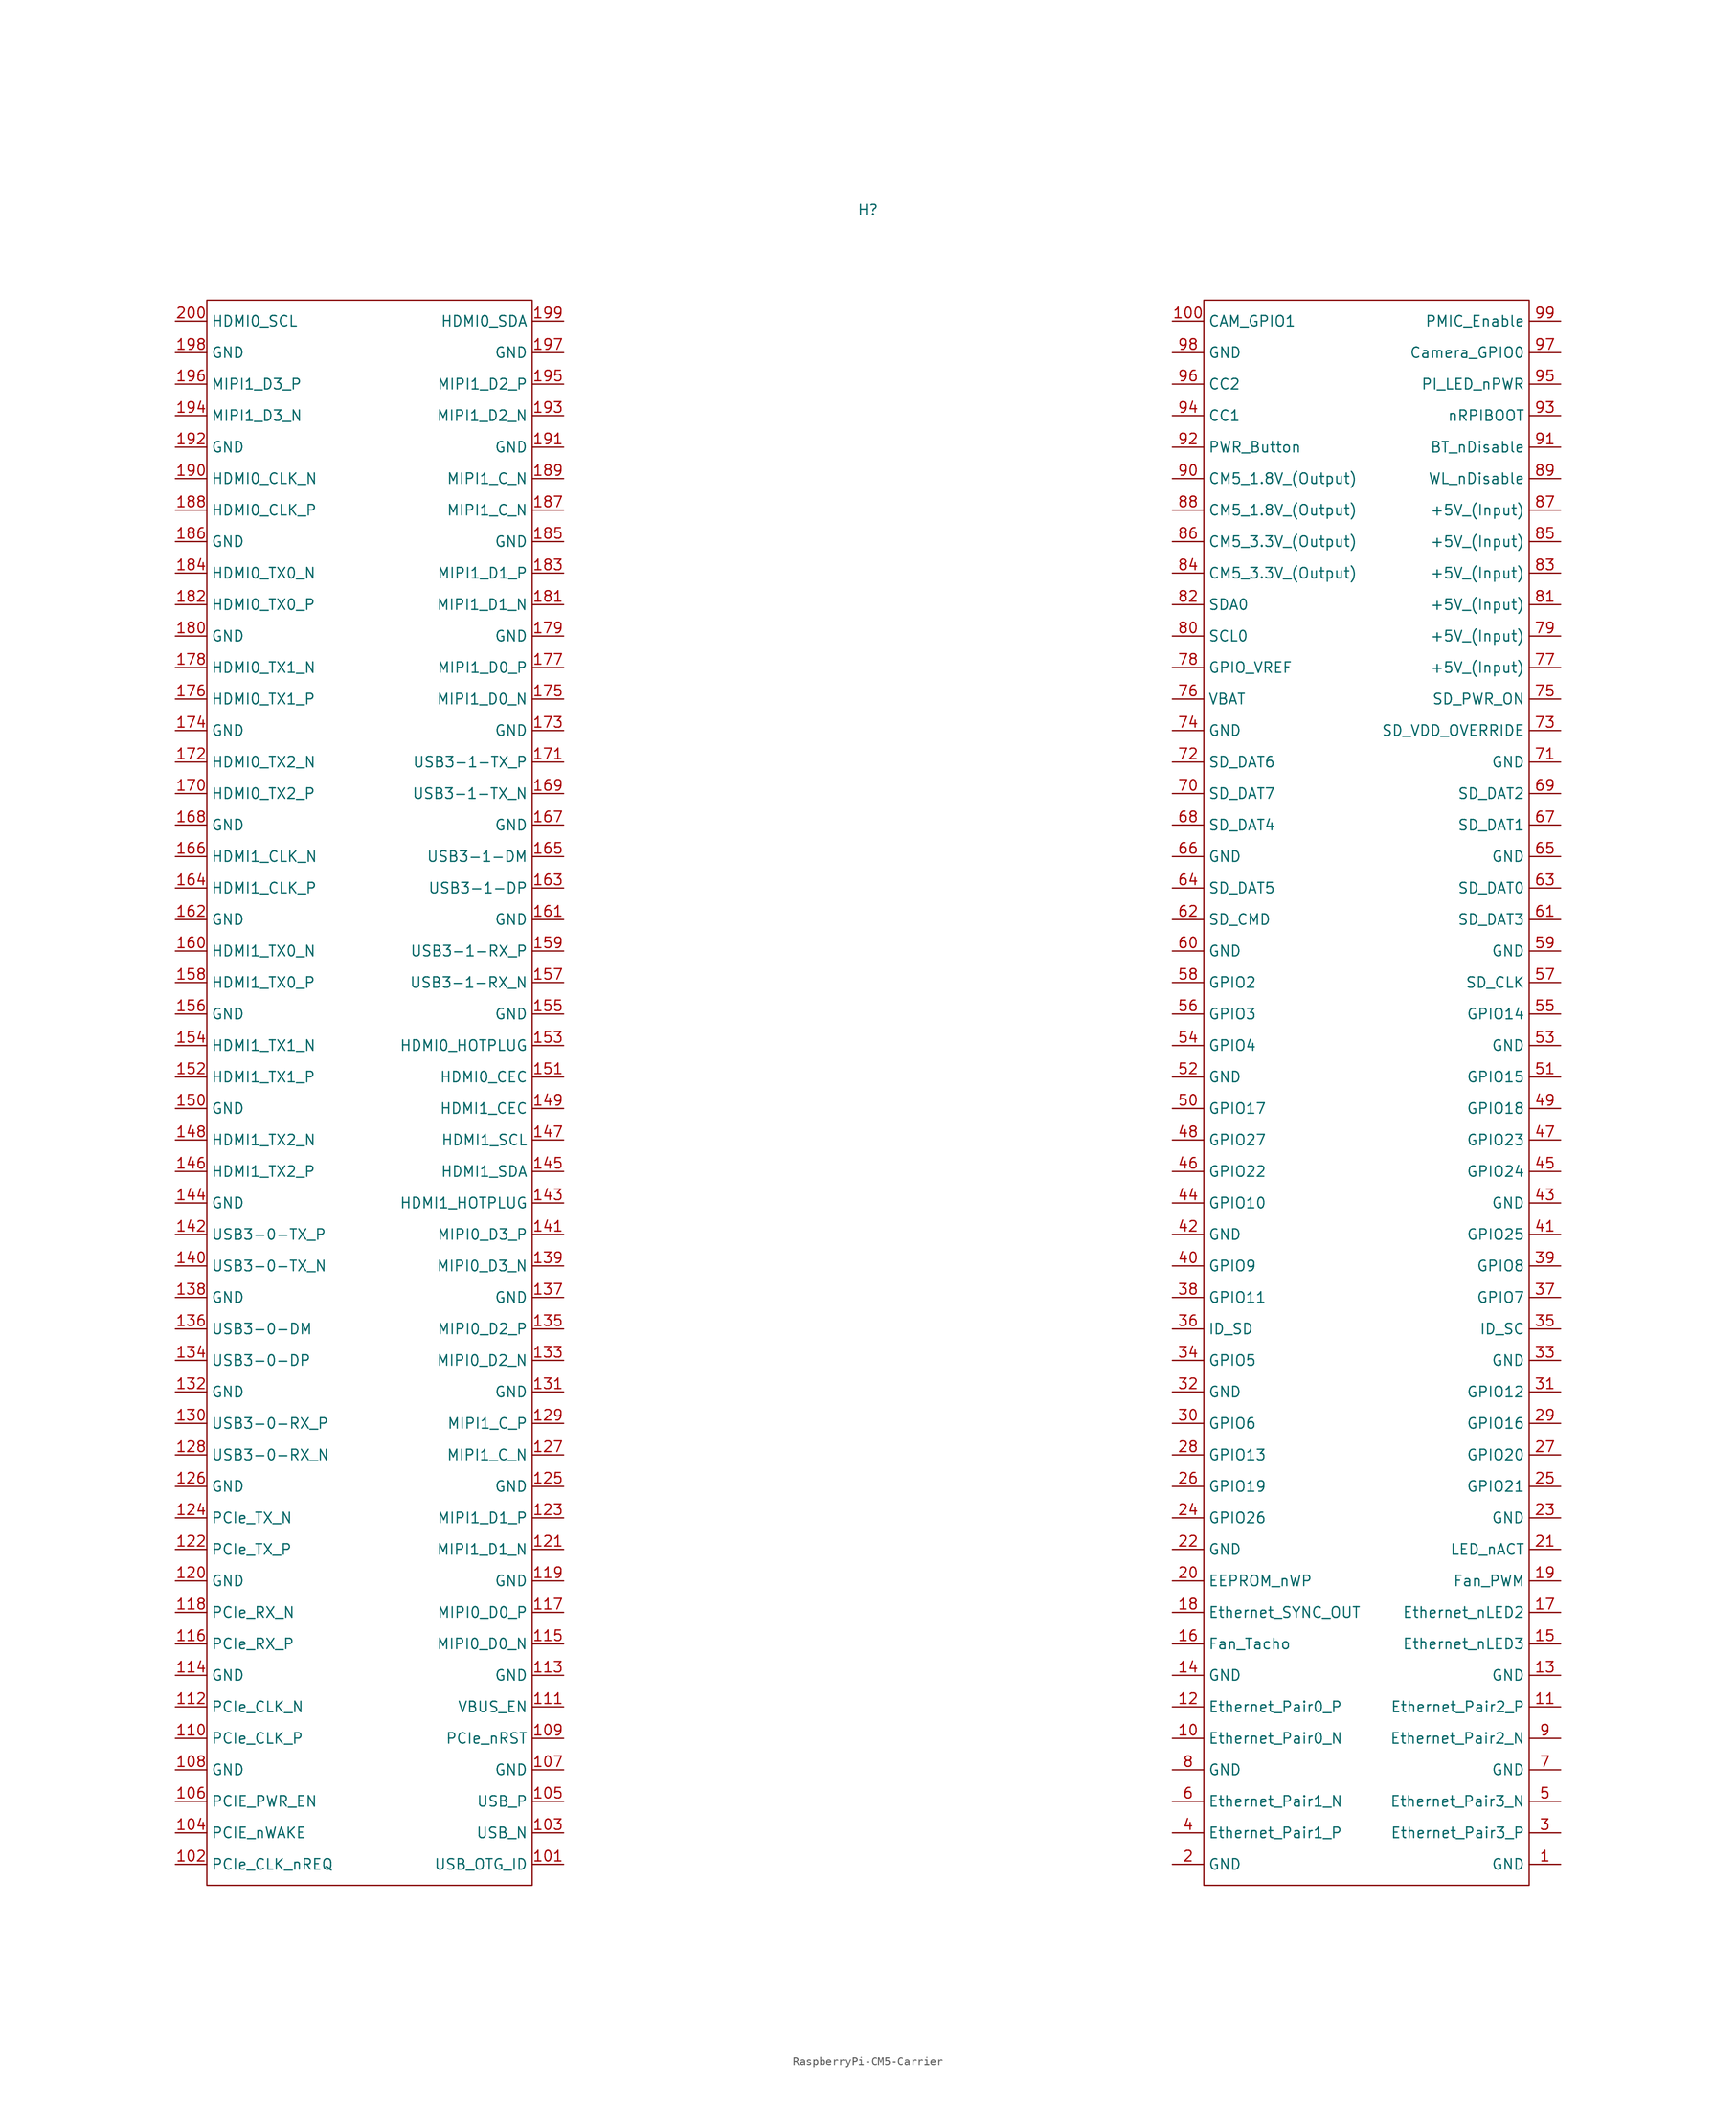
<source format=kicad_sym>
(kicad_symbol_lib
  (version 20241209)
  (generator "kicad_symbol_editor")
  (generator_version "9.0")
  (symbol "RaspberryPi-CM5-Carrier"
    (property "Reference" "H"
      (at 0 106.172 0)
      (effects (font (size 1.27 1.27))))
    (property "Value" ""
      (at 0 0 0)
      (effects (font (size 1.27 1.27))))
    (symbol "RaspberryPi-CM5-Carrier_0_1"
      (rectangle (start -80.01 95.25) (end -40.64 -96.52) (stroke (width 0) (type default)) (fill (type none)))
      (rectangle (start 40.64 95.25) (end 80.01 -96.52) (stroke (width 0) (type default)) (fill (type none))))
    (symbol "RaspberryPi-CM5-Carrier_1_1"
      (pin bidirectional line (at -83.82 92.71 0) (length 3.81) (name "HDMI0_SCL" (effects (font (size 1.27 1.27)))) (number "200" (effects (font (size 1.27 1.27)))))
      (pin power_out line (at -83.82 88.9 0) (length 3.81) (name "GND" (effects (font (size 1.27 1.27)))) (number "198" (effects (font (size 1.27 1.27)))))
      (pin bidirectional line (at -83.82 85.09 0) (length 3.81) (name "MIPI1_D3_P" (effects (font (size 1.27 1.27)))) (number "196" (effects (font (size 1.27 1.27)))))
      (pin bidirectional line (at -83.82 81.28 0) (length 3.81) (name "MIPI1_D3_N" (effects (font (size 1.27 1.27)))) (number "194" (effects (font (size 1.27 1.27)))))
      (pin power_out line (at -83.82 77.47 0) (length 3.81) (name "GND" (effects (font (size 1.27 1.27)))) (number "192" (effects (font (size 1.27 1.27)))))
      (pin input line (at -83.82 73.66 0) (length 3.81) (name "HDMI0_CLK_N" (effects (font (size 1.27 1.27)))) (number "190" (effects (font (size 1.27 1.27)))))
      (pin input line (at -83.82 69.85 0) (length 3.81) (name "HDMI0_CLK_P" (effects (font (size 1.27 1.27)))) (number "188" (effects (font (size 1.27 1.27)))))
      (pin power_out line (at -83.82 66.04 0) (length 3.81) (name "GND" (effects (font (size 1.27 1.27)))) (number "186" (effects (font (size 1.27 1.27)))))
      (pin input line (at -83.82 62.23 0) (length 3.81) (name "HDMI0_TX0_N" (effects (font (size 1.27 1.27)))) (number "184" (effects (font (size 1.27 1.27)))))
      (pin input line (at -83.82 58.42 0) (length 3.81) (name "HDMI0_TX0_P" (effects (font (size 1.27 1.27)))) (number "182" (effects (font (size 1.27 1.27)))))
      (pin power_out line (at -83.82 54.61 0) (length 3.81) (name "GND" (effects (font (size 1.27 1.27)))) (number "180" (effects (font (size 1.27 1.27)))))
      (pin input line (at -83.82 50.8 0) (length 3.81) (name "HDMI0_TX1_N" (effects (font (size 1.27 1.27)))) (number "178" (effects (font (size 1.27 1.27)))))
      (pin input line (at -83.82 46.99 0) (length 3.81) (name "HDMI0_TX1_P" (effects (font (size 1.27 1.27)))) (number "176" (effects (font (size 1.27 1.27)))))
      (pin power_out line (at -83.82 43.18 0) (length 3.81) (name "GND" (effects (font (size 1.27 1.27)))) (number "174" (effects (font (size 1.27 1.27)))))
      (pin input line (at -83.82 39.37 0) (length 3.81) (name "HDMI0_TX2_N" (effects (font (size 1.27 1.27)))) (number "172" (effects (font (size 1.27 1.27)))))
      (pin input line (at -83.82 35.56 0) (length 3.81) (name "HDMI0_TX2_P" (effects (font (size 1.27 1.27)))) (number "170" (effects (font (size 1.27 1.27)))))
      (pin power_out line (at -83.82 31.75 0) (length 3.81) (name "GND" (effects (font (size 1.27 1.27)))) (number "168" (effects (font (size 1.27 1.27)))))
      (pin input line (at -83.82 27.94 0) (length 3.81) (name "HDMI1_CLK_N" (effects (font (size 1.27 1.27)))) (number "166" (effects (font (size 1.27 1.27)))))
      (pin input line (at -83.82 24.13 0) (length 3.81) (name "HDMI1_CLK_P" (effects (font (size 1.27 1.27)))) (number "164" (effects (font (size 1.27 1.27)))))
      (pin power_out line (at -83.82 20.32 0) (length 3.81) (name "GND" (effects (font (size 1.27 1.27)))) (number "162" (effects (font (size 1.27 1.27)))))
      (pin input line (at -83.82 16.51 0) (length 3.81) (name "HDMI1_TX0_N" (effects (font (size 1.27 1.27)))) (number "160" (effects (font (size 1.27 1.27)))))
      (pin input line (at -83.82 12.7 0) (length 3.81) (name "HDMI1_TX0_P" (effects (font (size 1.27 1.27)))) (number "158" (effects (font (size 1.27 1.27)))))
      (pin power_out line (at -83.82 8.89 0) (length 3.81) (name "GND" (effects (font (size 1.27 1.27)))) (number "156" (effects (font (size 1.27 1.27)))))
      (pin input line (at -83.82 5.08 0) (length 3.81) (name "HDMI1_TX1_N" (effects (font (size 1.27 1.27)))) (number "154" (effects (font (size 1.27 1.27)))))
      (pin input line (at -83.82 1.27 0) (length 3.81) (name "HDMI1_TX1_P" (effects (font (size 1.27 1.27)))) (number "152" (effects (font (size 1.27 1.27)))))
      (pin power_out line (at -83.82 -2.54 0) (length 3.81) (name "GND" (effects (font (size 1.27 1.27)))) (number "150" (effects (font (size 1.27 1.27)))))
      (pin input line (at -83.82 -6.35 0) (length 3.81) (name "HDMI1_TX2_N" (effects (font (size 1.27 1.27)))) (number "148" (effects (font (size 1.27 1.27)))))
      (pin input line (at -83.82 -10.16 0) (length 3.81) (name "HDMI1_TX2_P" (effects (font (size 1.27 1.27)))) (number "146" (effects (font (size 1.27 1.27)))))
      (pin power_out line (at -83.82 -13.97 0) (length 3.81) (name "GND" (effects (font (size 1.27 1.27)))) (number "144" (effects (font (size 1.27 1.27)))))
      (pin input line (at -83.82 -17.78 0) (length 3.81) (name "USB3-0-TX_P" (effects (font (size 1.27 1.27)))) (number "142" (effects (font (size 1.27 1.27)))))
      (pin input line (at -83.82 -21.59 0) (length 3.81) (name "USB3-0-TX_N" (effects (font (size 1.27 1.27)))) (number "140" (effects (font (size 1.27 1.27)))))
      (pin power_out line (at -83.82 -25.4 0) (length 3.81) (name "GND" (effects (font (size 1.27 1.27)))) (number "138" (effects (font (size 1.27 1.27)))))
      (pin bidirectional line (at -83.82 -29.21 0) (length 3.81) (name "USB3-0-DM" (effects (font (size 1.27 1.27)))) (number "136" (effects (font (size 1.27 1.27)))))
      (pin bidirectional line (at -83.82 -33.02 0) (length 3.81) (name "USB3-0-DP" (effects (font (size 1.27 1.27)))) (number "134" (effects (font (size 1.27 1.27)))))
      (pin power_out line (at -83.82 -36.83 0) (length 3.81) (name "GND" (effects (font (size 1.27 1.27)))) (number "132" (effects (font (size 1.27 1.27)))))
      (pin output line (at -83.82 -40.64 0) (length 3.81) (name "USB3-0-RX_P" (effects (font (size 1.27 1.27)))) (number "130" (effects (font (size 1.27 1.27)))))
      (pin output line (at -83.82 -44.45 0) (length 3.81) (name "USB3-0-RX_N" (effects (font (size 1.27 1.27)))) (number "128" (effects (font (size 1.27 1.27)))))
      (pin power_out line (at -83.82 -48.26 0) (length 3.81) (name "GND" (effects (font (size 1.27 1.27)))) (number "126" (effects (font (size 1.27 1.27)))))
      (pin input line (at -83.82 -52.07 0) (length 3.81) (name "PCIe_TX_N" (effects (font (size 1.27 1.27)))) (number "124" (effects (font (size 1.27 1.27)))))
      (pin input line (at -83.82 -55.88 0) (length 3.81) (name "PCIe_TX_P" (effects (font (size 1.27 1.27)))) (number "122" (effects (font (size 1.27 1.27)))))
      (pin power_out line (at -83.82 -59.69 0) (length 3.81) (name "GND" (effects (font (size 1.27 1.27)))) (number "120" (effects (font (size 1.27 1.27)))))
      (pin output line (at -83.82 -63.5 0) (length 3.81) (name "PCIe_RX_N" (effects (font (size 1.27 1.27)))) (number "118" (effects (font (size 1.27 1.27)))))
      (pin output line (at -83.82 -67.31 0) (length 3.81) (name "PCIe_RX_P" (effects (font (size 1.27 1.27)))) (number "116" (effects (font (size 1.27 1.27)))))
      (pin power_out line (at -83.82 -71.12 0) (length 3.81) (name "GND" (effects (font (size 1.27 1.27)))) (number "114" (effects (font (size 1.27 1.27)))))
      (pin input line (at -83.82 -74.93 0) (length 3.81) (name "PCIe_CLK_N" (effects (font (size 1.27 1.27)))) (number "112" (effects (font (size 1.27 1.27)))))
      (pin input line (at -83.82 -78.74 0) (length 3.81) (name "PCIe_CLK_P" (effects (font (size 1.27 1.27)))) (number "110" (effects (font (size 1.27 1.27)))))
      (pin power_out line (at -83.82 -82.55 0) (length 3.81) (name "GND" (effects (font (size 1.27 1.27)))) (number "108" (effects (font (size 1.27 1.27)))))
      (pin input line (at -83.82 -86.36 0) (length 3.81) (name "PCIE_PWR_EN" (effects (font (size 1.27 1.27)))) (number "106" (effects (font (size 1.27 1.27)))))
      (pin bidirectional line (at -83.82 -90.17 0) (length 3.81) (name "PCIE_nWAKE" (effects (font (size 1.27 1.27)))) (number "104" (effects (font (size 1.27 1.27)))))
      (pin bidirectional line (at -83.82 -93.98 0) (length 3.81) (name "PCIe_CLK_nREQ" (effects (font (size 1.27 1.27)))) (number "102" (effects (font (size 1.27 1.27)))))
      (pin bidirectional line (at -36.83 92.71 180) (length 3.81) (name "HDMI0_SDA" (effects (font (size 1.27 1.27)))) (number "199" (effects (font (size 1.27 1.27)))))
      (pin power_out line (at -36.83 88.9 180) (length 3.81) (name "GND" (effects (font (size 1.27 1.27)))) (number "197" (effects (font (size 1.27 1.27)))))
      (pin bidirectional line (at -36.83 85.09 180) (length 3.81) (name "MIPI1_D2_P" (effects (font (size 1.27 1.27)))) (number "195" (effects (font (size 1.27 1.27)))))
      (pin bidirectional line (at -36.83 81.28 180) (length 3.81) (name "MIPI1_D2_N" (effects (font (size 1.27 1.27)))) (number "193" (effects (font (size 1.27 1.27)))))
      (pin power_out line (at -36.83 77.47 180) (length 3.81) (name "GND" (effects (font (size 1.27 1.27)))) (number "191" (effects (font (size 1.27 1.27)))))
      (pin bidirectional line (at -36.83 73.66 180) (length 3.81) (name "MIPI1_C_N" (effects (font (size 1.27 1.27)))) (number "189" (effects (font (size 1.27 1.27)))))
      (pin bidirectional line (at -36.83 69.85 180) (length 3.81) (name "MIPI1_C_N" (effects (font (size 1.27 1.27)))) (number "187" (effects (font (size 1.27 1.27)))))
      (pin power_out line (at -36.83 66.04 180) (length 3.81) (name "GND" (effects (font (size 1.27 1.27)))) (number "185" (effects (font (size 1.27 1.27)))))
      (pin bidirectional line (at -36.83 62.23 180) (length 3.81) (name "MIPI1_D1_P" (effects (font (size 1.27 1.27)))) (number "183" (effects (font (size 1.27 1.27)))))
      (pin bidirectional line (at -36.83 58.42 180) (length 3.81) (name "MIPI1_D1_N" (effects (font (size 1.27 1.27)))) (number "181" (effects (font (size 1.27 1.27)))))
      (pin power_out line (at -36.83 54.61 180) (length 3.81) (name "GND" (effects (font (size 1.27 1.27)))) (number "179" (effects (font (size 1.27 1.27)))))
      (pin bidirectional line (at -36.83 50.8 180) (length 3.81) (name "MIPI1_D0_P" (effects (font (size 1.27 1.27)))) (number "177" (effects (font (size 1.27 1.27)))))
      (pin bidirectional line (at -36.83 46.99 180) (length 3.81) (name "MIPI1_D0_N" (effects (font (size 1.27 1.27)))) (number "175" (effects (font (size 1.27 1.27)))))
      (pin power_out line (at -36.83 43.18 180) (length 3.81) (name "GND" (effects (font (size 1.27 1.27)))) (number "173" (effects (font (size 1.27 1.27)))))
      (pin input line (at -36.83 39.37 180) (length 3.81) (name "USB3-1-TX_P" (effects (font (size 1.27 1.27)))) (number "171" (effects (font (size 1.27 1.27)))))
      (pin input line (at -36.83 35.56 180) (length 3.81) (name "USB3-1-TX_N" (effects (font (size 1.27 1.27)))) (number "169" (effects (font (size 1.27 1.27)))))
      (pin power_out line (at -36.83 31.75 180) (length 3.81) (name "GND" (effects (font (size 1.27 1.27)))) (number "167" (effects (font (size 1.27 1.27)))))
      (pin bidirectional line (at -36.83 27.94 180) (length 3.81) (name "USB3-1-DM" (effects (font (size 1.27 1.27)))) (number "165" (effects (font (size 1.27 1.27)))))
      (pin bidirectional line (at -36.83 24.13 180) (length 3.81) (name "USB3-1-DP" (effects (font (size 1.27 1.27)))) (number "163" (effects (font (size 1.27 1.27)))))
      (pin power_out line (at -36.83 20.32 180) (length 3.81) (name "GND" (effects (font (size 1.27 1.27)))) (number "161" (effects (font (size 1.27 1.27)))))
      (pin output line (at -36.83 16.51 180) (length 3.81) (name "USB3-1-RX_P" (effects (font (size 1.27 1.27)))) (number "159" (effects (font (size 1.27 1.27)))))
      (pin output line (at -36.83 12.7 180) (length 3.81) (name "USB3-1-RX_N" (effects (font (size 1.27 1.27)))) (number "157" (effects (font (size 1.27 1.27)))))
      (pin power_out line (at -36.83 8.89 180) (length 3.81) (name "GND" (effects (font (size 1.27 1.27)))) (number "155" (effects (font (size 1.27 1.27)))))
      (pin output line (at -36.83 5.08 180) (length 3.81) (name "HDMI0_HOTPLUG" (effects (font (size 1.27 1.27)))) (number "153" (effects (font (size 1.27 1.27)))))
      (pin output line (at -36.83 1.27 180) (length 3.81) (name "HDMI0_CEC" (effects (font (size 1.27 1.27)))) (number "151" (effects (font (size 1.27 1.27)))))
      (pin output line (at -36.83 -2.54 180) (length 3.81) (name "HDMI1_CEC" (effects (font (size 1.27 1.27)))) (number "149" (effects (font (size 1.27 1.27)))))
      (pin bidirectional line (at -36.83 -6.35 180) (length 3.81) (name "HDMI1_SCL" (effects (font (size 1.27 1.27)))) (number "147" (effects (font (size 1.27 1.27)))))
      (pin bidirectional line (at -36.83 -10.16 180) (length 3.81) (name "HDMI1_SDA" (effects (font (size 1.27 1.27)))) (number "145" (effects (font (size 1.27 1.27)))))
      (pin output line (at -36.83 -13.97 180) (length 3.81) (name "HDMI1_HOTPLUG" (effects (font (size 1.27 1.27)))) (number "143" (effects (font (size 1.27 1.27)))))
      (pin bidirectional line (at -36.83 -17.78 180) (length 3.81) (name "MIPI0_D3_P" (effects (font (size 1.27 1.27)))) (number "141" (effects (font (size 1.27 1.27)))))
      (pin bidirectional line (at -36.83 -21.59 180) (length 3.81) (name "MIPI0_D3_N" (effects (font (size 1.27 1.27)))) (number "139" (effects (font (size 1.27 1.27)))))
      (pin power_out line (at -36.83 -25.4 180) (length 3.81) (name "GND" (effects (font (size 1.27 1.27)))) (number "137" (effects (font (size 1.27 1.27)))))
      (pin bidirectional line (at -36.83 -29.21 180) (length 3.81) (name "MIPI0_D2_P" (effects (font (size 1.27 1.27)))) (number "135" (effects (font (size 1.27 1.27)))))
      (pin bidirectional line (at -36.83 -33.02 180) (length 3.81) (name "MIPI0_D2_N" (effects (font (size 1.27 1.27)))) (number "133" (effects (font (size 1.27 1.27)))))
      (pin power_out line (at -36.83 -36.83 180) (length 3.81) (name "GND" (effects (font (size 1.27 1.27)))) (number "131" (effects (font (size 1.27 1.27)))))
      (pin bidirectional line (at -36.83 -40.64 180) (length 3.81) (name "MIPI1_C_P" (effects (font (size 1.27 1.27)))) (number "129" (effects (font (size 1.27 1.27)))))
      (pin bidirectional line (at -36.83 -44.45 180) (length 3.81) (name "MIPI1_C_N" (effects (font (size 1.27 1.27)))) (number "127" (effects (font (size 1.27 1.27)))))
      (pin power_out line (at -36.83 -48.26 180) (length 3.81) (name "GND" (effects (font (size 1.27 1.27)))) (number "125" (effects (font (size 1.27 1.27)))))
      (pin bidirectional line (at -36.83 -52.07 180) (length 3.81) (name "MIPI1_D1_P" (effects (font (size 1.27 1.27)))) (number "123" (effects (font (size 1.27 1.27)))))
      (pin bidirectional line (at -36.83 -55.88 180) (length 3.81) (name "MIPI1_D1_N" (effects (font (size 1.27 1.27)))) (number "121" (effects (font (size 1.27 1.27)))))
      (pin power_out line (at -36.83 -59.69 180) (length 3.81) (name "GND" (effects (font (size 1.27 1.27)))) (number "119" (effects (font (size 1.27 1.27)))))
      (pin bidirectional line (at -36.83 -63.5 180) (length 3.81) (name "MIPI0_D0_P" (effects (font (size 1.27 1.27)))) (number "117" (effects (font (size 1.27 1.27)))))
      (pin bidirectional line (at -36.83 -67.31 180) (length 3.81) (name "MIPI0_D0_N" (effects (font (size 1.27 1.27)))) (number "115" (effects (font (size 1.27 1.27)))))
      (pin power_out line (at -36.83 -71.12 180) (length 3.81) (name "GND" (effects (font (size 1.27 1.27)))) (number "113" (effects (font (size 1.27 1.27)))))
      (pin input line (at -36.83 -74.93 180) (length 3.81) (name "VBUS_EN" (effects (font (size 1.27 1.27)))) (number "111" (effects (font (size 1.27 1.27)))))
      (pin input line (at -36.83 -78.74 180) (length 3.81) (name "PCIe_nRST" (effects (font (size 1.27 1.27)))) (number "109" (effects (font (size 1.27 1.27)))))
      (pin power_out line (at -36.83 -82.55 180) (length 3.81) (name "GND" (effects (font (size 1.27 1.27)))) (number "107" (effects (font (size 1.27 1.27)))))
      (pin bidirectional line (at -36.83 -86.36 180) (length 3.81) (name "USB_P" (effects (font (size 1.27 1.27)))) (number "105" (effects (font (size 1.27 1.27)))))
      (pin bidirectional line (at -36.83 -90.17 180) (length 3.81) (name "USB_N" (effects (font (size 1.27 1.27)))) (number "103" (effects (font (size 1.27 1.27)))))
      (pin output line (at -36.83 -93.98 180) (length 3.81) (name "USB_OTG_ID" (effects (font (size 1.27 1.27)))) (number "101" (effects (font (size 1.27 1.27)))))
      (pin bidirectional line (at 36.83 92.71 0) (length 3.81) (name "CAM_GPIO1" (effects (font (size 1.27 1.27)))) (number "100" (effects (font (size 1.27 1.27)))))
      (pin power_out line (at 36.83 88.9 0) (length 3.81) (name "GND" (effects (font (size 1.27 1.27)))) (number "98" (effects (font (size 1.27 1.27)))))
      (pin output line (at 36.83 85.09 0) (length 3.81) (name "CC2" (effects (font (size 1.27 1.27)))) (number "96" (effects (font (size 1.27 1.27)))))
      (pin output line (at 36.83 81.28 0) (length 3.81) (name "CC1" (effects (font (size 1.27 1.27)))) (number "94" (effects (font (size 1.27 1.27)))))
      (pin output line (at 36.83 77.47 0) (length 3.81) (name "PWR_Button" (effects (font (size 1.27 1.27)))) (number "92" (effects (font (size 1.27 1.27)))))
      (pin power_in line (at 36.83 73.66 0) (length 3.81) (name "CM5_1.8V_(Output)" (effects (font (size 1.27 1.27)))) (number "90" (effects (font (size 1.27 1.27)))))
      (pin power_in line (at 36.83 69.85 0) (length 3.81) (name "CM5_1.8V_(Output)" (effects (font (size 1.27 1.27)))) (number "88" (effects (font (size 1.27 1.27)))))
      (pin power_in line (at 36.83 66.04 0) (length 3.81) (name "CM5_3.3V_(Output)" (effects (font (size 1.27 1.27)))) (number "86" (effects (font (size 1.27 1.27)))))
      (pin power_in line (at 36.83 62.23 0) (length 3.81) (name "CM5_3.3V_(Output)" (effects (font (size 1.27 1.27)))) (number "84" (effects (font (size 1.27 1.27)))))
      (pin bidirectional line (at 36.83 58.42 0) (length 3.81) (name "SDA0" (effects (font (size 1.27 1.27)))) (number "82" (effects (font (size 1.27 1.27)))))
      (pin input line (at 36.83 54.61 0) (length 3.81) (name "SCL0" (effects (font (size 1.27 1.27)))) (number "80" (effects (font (size 1.27 1.27)))))
      (pin power_in line (at 36.83 50.8 0) (length 3.81) (name "GPIO_VREF" (effects (font (size 1.27 1.27)))) (number "78" (effects (font (size 1.27 1.27)))))
      (pin power_out line (at 36.83 46.99 0) (length 3.81) (name "VBAT" (effects (font (size 1.27 1.27)))) (number "76" (effects (font (size 1.27 1.27)))))
      (pin power_out line (at 36.83 43.18 0) (length 3.81) (name "GND" (effects (font (size 1.27 1.27)))) (number "74" (effects (font (size 1.27 1.27)))))
      (pin bidirectional line (at 36.83 39.37 0) (length 3.81) (name "SD_DAT6" (effects (font (size 1.27 1.27)))) (number "72" (effects (font (size 1.27 1.27)))))
      (pin bidirectional line (at 36.83 35.56 0) (length 3.81) (name "SD_DAT7" (effects (font (size 1.27 1.27)))) (number "70" (effects (font (size 1.27 1.27)))))
      (pin bidirectional line (at 36.83 31.75 0) (length 3.81) (name "SD_DAT4" (effects (font (size 1.27 1.27)))) (number "68" (effects (font (size 1.27 1.27)))))
      (pin power_out line (at 36.83 27.94 0) (length 3.81) (name "GND" (effects (font (size 1.27 1.27)))) (number "66" (effects (font (size 1.27 1.27)))))
      (pin bidirectional line (at 36.83 24.13 0) (length 3.81) (name "SD_DAT5" (effects (font (size 1.27 1.27)))) (number "64" (effects (font (size 1.27 1.27)))))
      (pin bidirectional line (at 36.83 20.32 0) (length 3.81) (name "SD_CMD" (effects (font (size 1.27 1.27)))) (number "62" (effects (font (size 1.27 1.27)))))
      (pin power_out line (at 36.83 16.51 0) (length 3.81) (name "GND" (effects (font (size 1.27 1.27)))) (number "60" (effects (font (size 1.27 1.27)))))
      (pin bidirectional line (at 36.83 12.7 0) (length 3.81) (name "GPIO2" (effects (font (size 1.27 1.27)))) (number "58" (effects (font (size 1.27 1.27)))))
      (pin bidirectional line (at 36.83 8.89 0) (length 3.81) (name "GPIO3" (effects (font (size 1.27 1.27)))) (number "56" (effects (font (size 1.27 1.27)))))
      (pin bidirectional line (at 36.83 5.08 0) (length 3.81) (name "GPIO4" (effects (font (size 1.27 1.27)))) (number "54" (effects (font (size 1.27 1.27)))))
      (pin power_out line (at 36.83 1.27 0) (length 3.81) (name "GND" (effects (font (size 1.27 1.27)))) (number "52" (effects (font (size 1.27 1.27)))))
      (pin bidirectional line (at 36.83 -2.54 0) (length 3.81) (name "GPIO17" (effects (font (size 1.27 1.27)))) (number "50" (effects (font (size 1.27 1.27)))))
      (pin bidirectional line (at 36.83 -6.35 0) (length 3.81) (name "GPIO27" (effects (font (size 1.27 1.27)))) (number "48" (effects (font (size 1.27 1.27)))))
      (pin bidirectional line (at 36.83 -10.16 0) (length 3.81) (name "GPIO22" (effects (font (size 1.27 1.27)))) (number "46" (effects (font (size 1.27 1.27)))))
      (pin bidirectional line (at 36.83 -13.97 0) (length 3.81) (name "GPIO10" (effects (font (size 1.27 1.27)))) (number "44" (effects (font (size 1.27 1.27)))))
      (pin power_out line (at 36.83 -17.78 0) (length 3.81) (name "GND" (effects (font (size 1.27 1.27)))) (number "42" (effects (font (size 1.27 1.27)))))
      (pin bidirectional line (at 36.83 -21.59 0) (length 3.81) (name "GPIO9" (effects (font (size 1.27 1.27)))) (number "40" (effects (font (size 1.27 1.27)))))
      (pin bidirectional line (at 36.83 -25.4 0) (length 3.81) (name "GPIO11" (effects (font (size 1.27 1.27)))) (number "38" (effects (font (size 1.27 1.27)))))
      (pin bidirectional line (at 36.83 -29.21 0) (length 3.81) (name "ID_SD" (effects (font (size 1.27 1.27)))) (number "36" (effects (font (size 1.27 1.27)))))
      (pin bidirectional line (at 36.83 -33.02 0) (length 3.81) (name "GPIO5" (effects (font (size 1.27 1.27)))) (number "34" (effects (font (size 1.27 1.27)))))
      (pin power_out line (at 36.83 -36.83 0) (length 3.81) (name "GND" (effects (font (size 1.27 1.27)))) (number "32" (effects (font (size 1.27 1.27)))))
      (pin bidirectional line (at 36.83 -40.64 0) (length 3.81) (name "GPIO6" (effects (font (size 1.27 1.27)))) (number "30" (effects (font (size 1.27 1.27)))))
      (pin bidirectional line (at 36.83 -44.45 0) (length 3.81) (name "GPIO13" (effects (font (size 1.27 1.27)))) (number "28" (effects (font (size 1.27 1.27)))))
      (pin bidirectional line (at 36.83 -48.26 0) (length 3.81) (name "GPIO19" (effects (font (size 1.27 1.27)))) (number "26" (effects (font (size 1.27 1.27)))))
      (pin bidirectional line (at 36.83 -52.07 0) (length 3.81) (name "GPIO26" (effects (font (size 1.27 1.27)))) (number "24" (effects (font (size 1.27 1.27)))))
      (pin power_out line (at 36.83 -55.88 0) (length 3.81) (name "GND" (effects (font (size 1.27 1.27)))) (number "22" (effects (font (size 1.27 1.27)))))
      (pin output line (at 36.83 -59.69 0) (length 3.81) (name "EEPROM_nWP" (effects (font (size 1.27 1.27)))) (number "20" (effects (font (size 1.27 1.27)))))
      (pin input line (at 36.83 -63.5 0) (length 3.81) (name "Ethernet_SYNC_OUT" (effects (font (size 1.27 1.27)))) (number "18" (effects (font (size 1.27 1.27)))))
      (pin output line (at 36.83 -67.31 0) (length 3.81) (name "Fan_Tacho" (effects (font (size 1.27 1.27)))) (number "16" (effects (font (size 1.27 1.27)))))
      (pin power_out line (at 36.83 -71.12 0) (length 3.81) (name "GND" (effects (font (size 1.27 1.27)))) (number "14" (effects (font (size 1.27 1.27)))))
      (pin bidirectional line (at 36.83 -74.93 0) (length 3.81) (name "Ethernet_Pair0_P" (effects (font (size 1.27 1.27)))) (number "12" (effects (font (size 1.27 1.27)))))
      (pin bidirectional line (at 36.83 -78.74 0) (length 3.81) (name "Ethernet_Pair0_N" (effects (font (size 1.27 1.27)))) (number "10" (effects (font (size 1.27 1.27)))))
      (pin power_in line (at 36.83 -82.55 0) (length 3.81) (name "GND" (effects (font (size 1.27 1.27)))) (number "8" (effects (font (size 1.27 1.27)))))
      (pin bidirectional line (at 36.83 -86.36 0) (length 3.81) (name "Ethernet_Pair1_N" (effects (font (size 1.27 1.27)))) (number "6" (effects (font (size 1.27 1.27)))))
      (pin bidirectional line (at 36.83 -90.17 0) (length 3.81) (name "Ethernet_Pair1_P" (effects (font (size 1.27 1.27)))) (number "4" (effects (font (size 1.27 1.27)))))
      (pin power_out line (at 36.83 -93.98 0) (length 3.81) (name "GND" (effects (font (size 1.27 1.27)))) (number "2" (effects (font (size 1.27 1.27)))))
      (pin output line (at 83.82 92.71 180) (length 3.81) (name "PMIC_Enable" (effects (font (size 1.27 1.27)))) (number "99" (effects (font (size 1.27 1.27)))))
      (pin bidirectional line (at 83.82 88.9 180) (length 3.81) (name "Camera_GPIO0" (effects (font (size 1.27 1.27)))) (number "97" (effects (font (size 1.27 1.27)))))
      (pin input line (at 83.82 85.09 180) (length 3.81) (name "PI_LED_nPWR" (effects (font (size 1.27 1.27)))) (number "95" (effects (font (size 1.27 1.27)))))
      (pin output line (at 83.82 81.28 180) (length 3.81) (name "nRPIBOOT" (effects (font (size 1.27 1.27)))) (number "93" (effects (font (size 1.27 1.27)))))
      (pin output line (at 83.82 77.47 180) (length 3.81) (name "BT_nDisable" (effects (font (size 1.27 1.27)))) (number "91" (effects (font (size 1.27 1.27)))))
      (pin output line (at 83.82 73.66 180) (length 3.81) (name "WL_nDisable" (effects (font (size 1.27 1.27)))) (number "89" (effects (font (size 1.27 1.27)))))
      (pin power_out line (at 83.82 69.85 180) (length 3.81) (name "+5V_(Input)" (effects (font (size 1.27 1.27)))) (number "87" (effects (font (size 1.27 1.27)))))
      (pin power_out line (at 83.82 66.04 180) (length 3.81) (name "+5V_(Input)" (effects (font (size 1.27 1.27)))) (number "85" (effects (font (size 1.27 1.27)))))
      (pin power_out line (at 83.82 62.23 180) (length 3.81) (name "+5V_(Input)" (effects (font (size 1.27 1.27)))) (number "83" (effects (font (size 1.27 1.27)))))
      (pin power_out line (at 83.82 58.42 180) (length 3.81) (name "+5V_(Input)" (effects (font (size 1.27 1.27)))) (number "81" (effects (font (size 1.27 1.27)))))
      (pin power_out line (at 83.82 54.61 180) (length 3.81) (name "+5V_(Input)" (effects (font (size 1.27 1.27)))) (number "79" (effects (font (size 1.27 1.27)))))
      (pin power_out line (at 83.82 50.8 180) (length 3.81) (name "+5V_(Input)" (effects (font (size 1.27 1.27)))) (number "77" (effects (font (size 1.27 1.27)))))
      (pin output line (at 83.82 46.99 180) (length 3.81) (name "SD_PWR_ON" (effects (font (size 1.27 1.27)))) (number "75" (effects (font (size 1.27 1.27)))))
      (pin output line (at 83.82 43.18 180) (length 3.81) (name "SD_VDD_OVERRIDE" (effects (font (size 1.27 1.27)))) (number "73" (effects (font (size 1.27 1.27)))))
      (pin power_out line (at 83.82 39.37 180) (length 3.81) (name "GND" (effects (font (size 1.27 1.27)))) (number "71" (effects (font (size 1.27 1.27)))))
      (pin bidirectional line (at 83.82 35.56 180) (length 3.81) (name "SD_DAT2" (effects (font (size 1.27 1.27)))) (number "69" (effects (font (size 1.27 1.27)))))
      (pin bidirectional line (at 83.82 31.75 180) (length 3.81) (name "SD_DAT1" (effects (font (size 1.27 1.27)))) (number "67" (effects (font (size 1.27 1.27)))))
      (pin power_out line (at 83.82 27.94 180) (length 3.81) (name "GND" (effects (font (size 1.27 1.27)))) (number "65" (effects (font (size 1.27 1.27)))))
      (pin bidirectional line (at 83.82 24.13 180) (length 3.81) (name "SD_DAT0" (effects (font (size 1.27 1.27)))) (number "63" (effects (font (size 1.27 1.27)))))
      (pin bidirectional line (at 83.82 20.32 180) (length 3.81) (name "SD_DAT3" (effects (font (size 1.27 1.27)))) (number "61" (effects (font (size 1.27 1.27)))))
      (pin power_out line (at 83.82 16.51 180) (length 3.81) (name "GND" (effects (font (size 1.27 1.27)))) (number "59" (effects (font (size 1.27 1.27)))))
      (pin input line (at 83.82 12.7 180) (length 3.81) (name "SD_CLK" (effects (font (size 1.27 1.27)))) (number "57" (effects (font (size 1.27 1.27)))))
      (pin bidirectional line (at 83.82 8.89 180) (length 3.81) (name "GPIO14" (effects (font (size 1.27 1.27)))) (number "55" (effects (font (size 1.27 1.27)))))
      (pin power_out line (at 83.82 5.08 180) (length 3.81) (name "GND" (effects (font (size 1.27 1.27)))) (number "53" (effects (font (size 1.27 1.27)))))
      (pin bidirectional line (at 83.82 1.27 180) (length 3.81) (name "GPIO15" (effects (font (size 1.27 1.27)))) (number "51" (effects (font (size 1.27 1.27)))))
      (pin bidirectional line (at 83.82 -2.54 180) (length 3.81) (name "GPIO18" (effects (font (size 1.27 1.27)))) (number "49" (effects (font (size 1.27 1.27)))))
      (pin bidirectional line (at 83.82 -6.35 180) (length 3.81) (name "GPIO23" (effects (font (size 1.27 1.27)))) (number "47" (effects (font (size 1.27 1.27)))))
      (pin bidirectional line (at 83.82 -10.16 180) (length 3.81) (name "GPIO24" (effects (font (size 1.27 1.27)))) (number "45" (effects (font (size 1.27 1.27)))))
      (pin power_out line (at 83.82 -13.97 180) (length 3.81) (name "GND" (effects (font (size 1.27 1.27)))) (number "43" (effects (font (size 1.27 1.27)))))
      (pin bidirectional line (at 83.82 -17.78 180) (length 3.81) (name "GPIO25" (effects (font (size 1.27 1.27)))) (number "41" (effects (font (size 1.27 1.27)))))
      (pin bidirectional line (at 83.82 -21.59 180) (length 3.81) (name "GPIO8" (effects (font (size 1.27 1.27)))) (number "39" (effects (font (size 1.27 1.27)))))
      (pin bidirectional line (at 83.82 -25.4 180) (length 3.81) (name "GPIO7" (effects (font (size 1.27 1.27)))) (number "37" (effects (font (size 1.27 1.27)))))
      (pin bidirectional line (at 83.82 -29.21 180) (length 3.81) (name "ID_SC" (effects (font (size 1.27 1.27)))) (number "35" (effects (font (size 1.27 1.27)))))
      (pin power_out line (at 83.82 -33.02 180) (length 3.81) (name "GND" (effects (font (size 1.27 1.27)))) (number "33" (effects (font (size 1.27 1.27)))))
      (pin bidirectional line (at 83.82 -36.83 180) (length 3.81) (name "GPIO12" (effects (font (size 1.27 1.27)))) (number "31" (effects (font (size 1.27 1.27)))))
      (pin bidirectional line (at 83.82 -40.64 180) (length 3.81) (name "GPIO16" (effects (font (size 1.27 1.27)))) (number "29" (effects (font (size 1.27 1.27)))))
      (pin bidirectional line (at 83.82 -44.45 180) (length 3.81) (name "GPIO20" (effects (font (size 1.27 1.27)))) (number "27" (effects (font (size 1.27 1.27)))))
      (pin bidirectional line (at 83.82 -48.26 180) (length 3.81) (name "GPIO21" (effects (font (size 1.27 1.27)))) (number "25" (effects (font (size 1.27 1.27)))))
      (pin power_out line (at 83.82 -52.07 180) (length 3.81) (name "GND" (effects (font (size 1.27 1.27)))) (number "23" (effects (font (size 1.27 1.27)))))
      (pin input line (at 83.82 -55.88 180) (length 3.81) (name "LED_nACT" (effects (font (size 1.27 1.27)))) (number "21" (effects (font (size 1.27 1.27)))))
      (pin input line (at 83.82 -59.69 180) (length 3.81) (name "Fan_PWM" (effects (font (size 1.27 1.27)))) (number "19" (effects (font (size 1.27 1.27)))))
      (pin input line (at 83.82 -63.5 180) (length 3.81) (name "Ethernet_nLED2" (effects (font (size 1.27 1.27)))) (number "17" (effects (font (size 1.27 1.27)))))
      (pin input line (at 83.82 -67.31 180) (length 3.81) (name "Ethernet_nLED3" (effects (font (size 1.27 1.27)))) (number "15" (effects (font (size 1.27 1.27)))))
      (pin power_out line (at 83.82 -71.12 180) (length 3.81) (name "GND" (effects (font (size 1.27 1.27)))) (number "13" (effects (font (size 1.27 1.27)))))
      (pin bidirectional line (at 83.82 -74.93 180) (length 3.81) (name "Ethernet_Pair2_P" (effects (font (size 1.27 1.27)))) (number "11" (effects (font (size 1.27 1.27)))))
      (pin bidirectional line (at 83.82 -78.74 180) (length 3.81) (name "Ethernet_Pair2_N" (effects (font (size 1.27 1.27)))) (number "9" (effects (font (size 1.27 1.27)))))
      (pin power_in line (at 83.82 -82.55 180) (length 3.81) (name "GND" (effects (font (size 1.27 1.27)))) (number "7" (effects (font (size 1.27 1.27)))))
      (pin bidirectional line (at 83.82 -86.36 180) (length 3.81) (name "Ethernet_Pair3_N" (effects (font (size 1.27 1.27)))) (number "5" (effects (font (size 1.27 1.27)))))
      (pin bidirectional line (at 83.82 -90.17 180) (length 3.81) (name "Ethernet_Pair3_P" (effects (font (size 1.27 1.27)))) (number "3" (effects (font (size 1.27 1.27)))))
      (pin power_out line (at 83.82 -93.98 180) (length 3.81) (name "GND" (effects (font (size 1.27 1.27)))) (number "1" (effects (font (size 1.27 1.27))))))))
</source>
